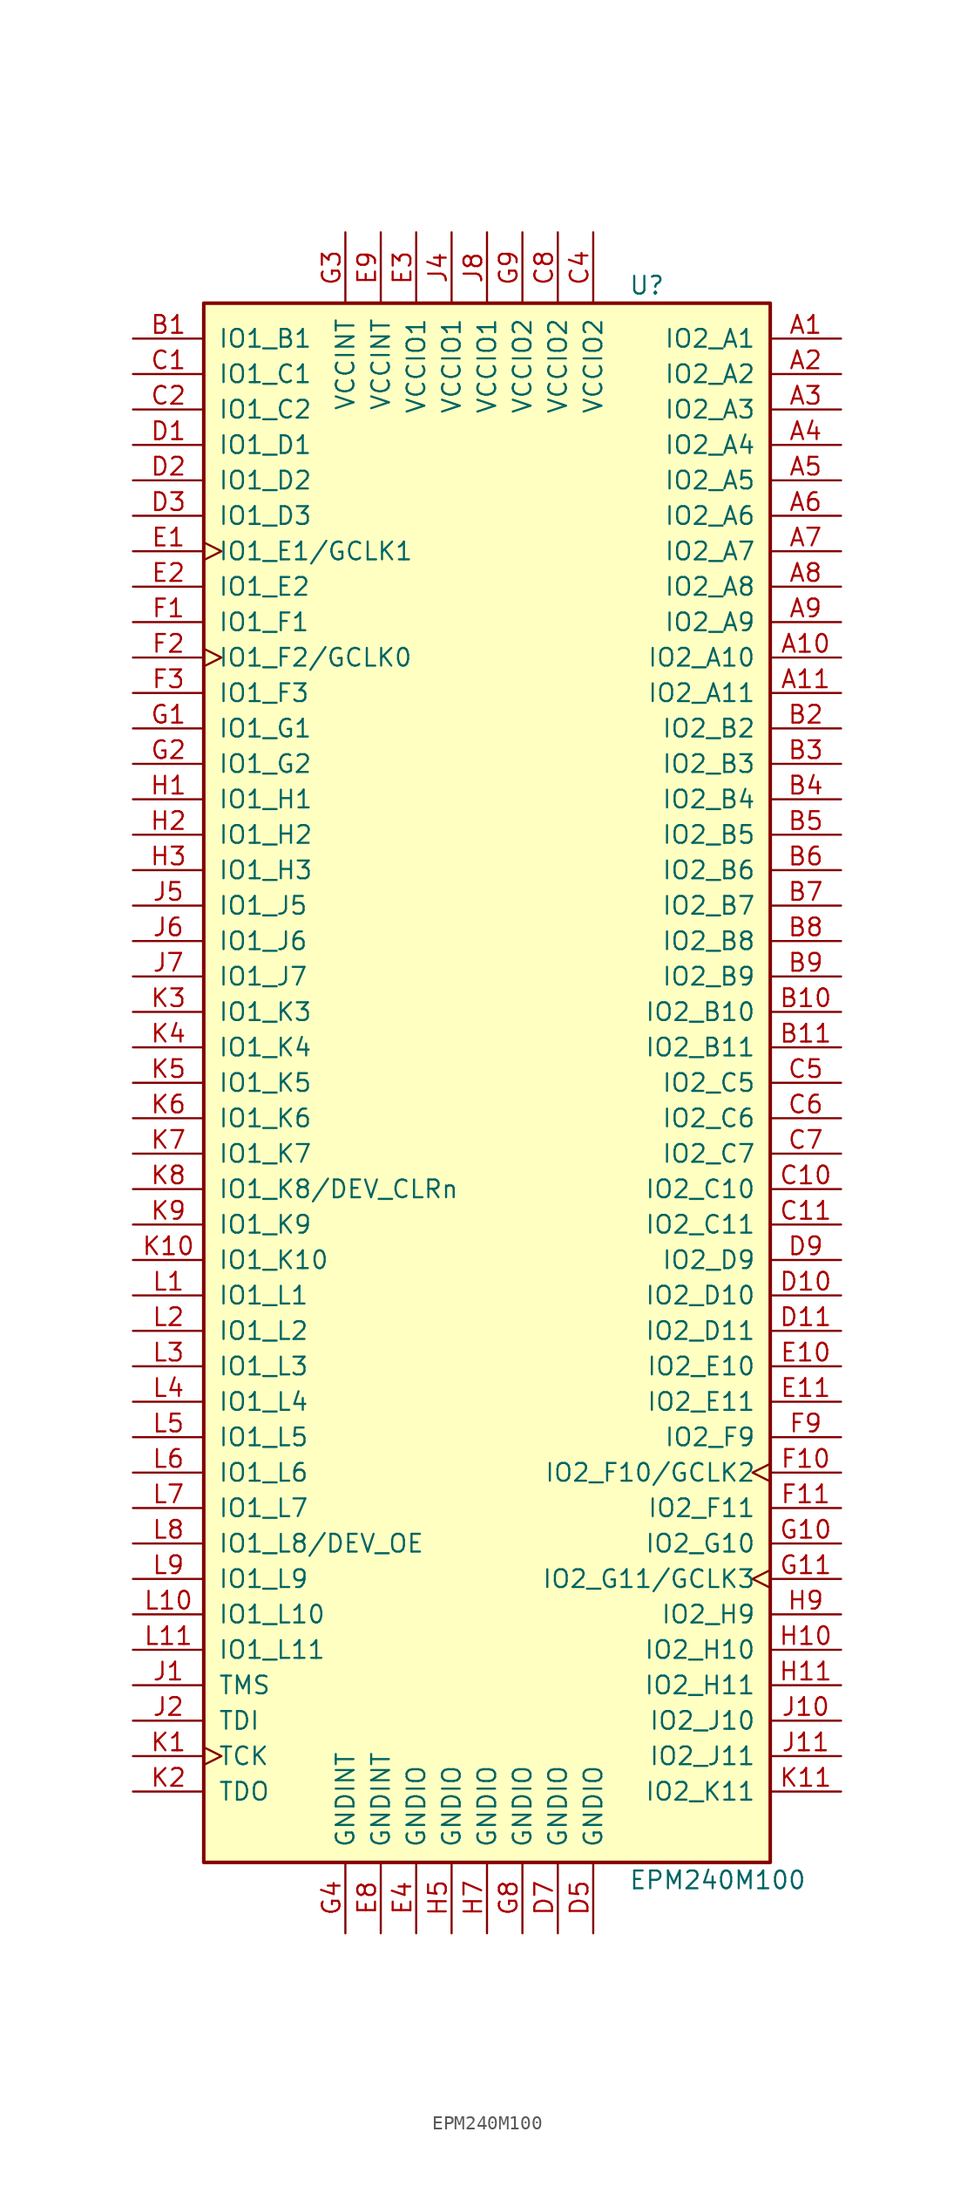
<source format=kicad_sym>
(kicad_symbol_lib
  (version 20231120)
  (generator "kicad_symbol_editor")
  (generator_version "8.0")
  (symbol "EPM240M100"
    (pin_names
      (offset 1.016))
    (property "Reference" "U"
      (at 10.16 57.15 0)
      (effects (font (size 1.27 1.27)) (justify left)))
    (property "Value" "EPM240M100"
      (at 10.16 -57.15 0)
      (effects (font (size 1.27 1.27)) (justify left)))
    (property "ki_locked" ""
      (at 0 0 0)
      (effects (font (size 1.27 1.27))))
    (symbol "EPM240M100_1_1"
      (rectangle (start -20.32 55.88) (end 20.32 -55.88) (stroke (width 0.254) (type default)) (fill (type background)))
      (pin bidirectional line (at 25.4 53.34 180) (length 5.08) (name "IO2_A1" (effects (font (size 1.27 1.27)))) (number "A1" (effects (font (size 1.27 1.27)))))
      (pin bidirectional line (at 25.4 30.48 180) (length 5.08) (name "IO2_A10" (effects (font (size 1.27 1.27)))) (number "A10" (effects (font (size 1.27 1.27)))))
      (pin bidirectional line (at 25.4 27.94 180) (length 5.08) (name "IO2_A11" (effects (font (size 1.27 1.27)))) (number "A11" (effects (font (size 1.27 1.27)))))
      (pin bidirectional line (at 25.4 50.8 180) (length 5.08) (name "IO2_A2" (effects (font (size 1.27 1.27)))) (number "A2" (effects (font (size 1.27 1.27)))))
      (pin bidirectional line (at 25.4 48.26 180) (length 5.08) (name "IO2_A3" (effects (font (size 1.27 1.27)))) (number "A3" (effects (font (size 1.27 1.27)))))
      (pin bidirectional line (at 25.4 45.72 180) (length 5.08) (name "IO2_A4" (effects (font (size 1.27 1.27)))) (number "A4" (effects (font (size 1.27 1.27)))))
      (pin bidirectional line (at 25.4 43.18 180) (length 5.08) (name "IO2_A5" (effects (font (size 1.27 1.27)))) (number "A5" (effects (font (size 1.27 1.27)))))
      (pin bidirectional line (at 25.4 40.64 180) (length 5.08) (name "IO2_A6" (effects (font (size 1.27 1.27)))) (number "A6" (effects (font (size 1.27 1.27)))))
      (pin bidirectional line (at 25.4 38.1 180) (length 5.08) (name "IO2_A7" (effects (font (size 1.27 1.27)))) (number "A7" (effects (font (size 1.27 1.27)))))
      (pin bidirectional line (at 25.4 35.56 180) (length 5.08) (name "IO2_A8" (effects (font (size 1.27 1.27)))) (number "A8" (effects (font (size 1.27 1.27)))))
      (pin bidirectional line (at 25.4 33.02 180) (length 5.08) (name "IO2_A9" (effects (font (size 1.27 1.27)))) (number "A9" (effects (font (size 1.27 1.27)))))
      (pin bidirectional line (at -25.4 53.34 0) (length 5.08) (name "IO1_B1" (effects (font (size 1.27 1.27)))) (number "B1" (effects (font (size 1.27 1.27)))))
      (pin bidirectional line (at 25.4 5.08 180) (length 5.08) (name "IO2_B10" (effects (font (size 1.27 1.27)))) (number "B10" (effects (font (size 1.27 1.27)))))
      (pin bidirectional line (at 25.4 2.54 180) (length 5.08) (name "IO2_B11" (effects (font (size 1.27 1.27)))) (number "B11" (effects (font (size 1.27 1.27)))))
      (pin bidirectional line (at 25.4 25.4 180) (length 5.08) (name "IO2_B2" (effects (font (size 1.27 1.27)))) (number "B2" (effects (font (size 1.27 1.27)))))
      (pin bidirectional line (at 25.4 22.86 180) (length 5.08) (name "IO2_B3" (effects (font (size 1.27 1.27)))) (number "B3" (effects (font (size 1.27 1.27)))))
      (pin bidirectional line (at 25.4 20.32 180) (length 5.08) (name "IO2_B4" (effects (font (size 1.27 1.27)))) (number "B4" (effects (font (size 1.27 1.27)))))
      (pin bidirectional line (at 25.4 17.78 180) (length 5.08) (name "IO2_B5" (effects (font (size 1.27 1.27)))) (number "B5" (effects (font (size 1.27 1.27)))))
      (pin bidirectional line (at 25.4 15.24 180) (length 5.08) (name "IO2_B6" (effects (font (size 1.27 1.27)))) (number "B6" (effects (font (size 1.27 1.27)))))
      (pin bidirectional line (at 25.4 12.7 180) (length 5.08) (name "IO2_B7" (effects (font (size 1.27 1.27)))) (number "B7" (effects (font (size 1.27 1.27)))))
      (pin bidirectional line (at 25.4 10.16 180) (length 5.08) (name "IO2_B8" (effects (font (size 1.27 1.27)))) (number "B8" (effects (font (size 1.27 1.27)))))
      (pin bidirectional line (at 25.4 7.62 180) (length 5.08) (name "IO2_B9" (effects (font (size 1.27 1.27)))) (number "B9" (effects (font (size 1.27 1.27)))))
      (pin bidirectional line (at -25.4 50.8 0) (length 5.08) (name "IO1_C1" (effects (font (size 1.27 1.27)))) (number "C1" (effects (font (size 1.27 1.27)))))
      (pin bidirectional line (at 25.4 -7.62 180) (length 5.08) (name "IO2_C10" (effects (font (size 1.27 1.27)))) (number "C10" (effects (font (size 1.27 1.27)))))
      (pin bidirectional line (at 25.4 -10.16 180) (length 5.08) (name "IO2_C11" (effects (font (size 1.27 1.27)))) (number "C11" (effects (font (size 1.27 1.27)))))
      (pin bidirectional line (at -25.4 48.26 0) (length 5.08) (name "IO1_C2" (effects (font (size 1.27 1.27)))) (number "C2" (effects (font (size 1.27 1.27)))))
      (pin power_in line (at 7.62 60.96 270) (length 5.08) (name "VCCIO2" (effects (font (size 1.27 1.27)))) (number "C4" (effects (font (size 1.27 1.27)))))
      (pin bidirectional line (at 25.4 0 180) (length 5.08) (name "IO2_C5" (effects (font (size 1.27 1.27)))) (number "C5" (effects (font (size 1.27 1.27)))))
      (pin bidirectional line (at 25.4 -2.54 180) (length 5.08) (name "IO2_C6" (effects (font (size 1.27 1.27)))) (number "C6" (effects (font (size 1.27 1.27)))))
      (pin bidirectional line (at 25.4 -5.08 180) (length 5.08) (name "IO2_C7" (effects (font (size 1.27 1.27)))) (number "C7" (effects (font (size 1.27 1.27)))))
      (pin power_in line (at 5.08 60.96 270) (length 5.08) (name "VCCIO2" (effects (font (size 1.27 1.27)))) (number "C8" (effects (font (size 1.27 1.27)))))
      (pin bidirectional line (at -25.4 45.72 0) (length 5.08) (name "IO1_D1" (effects (font (size 1.27 1.27)))) (number "D1" (effects (font (size 1.27 1.27)))))
      (pin bidirectional line (at 25.4 -15.24 180) (length 5.08) (name "IO2_D10" (effects (font (size 1.27 1.27)))) (number "D10" (effects (font (size 1.27 1.27)))))
      (pin bidirectional line (at 25.4 -17.78 180) (length 5.08) (name "IO2_D11" (effects (font (size 1.27 1.27)))) (number "D11" (effects (font (size 1.27 1.27)))))
      (pin bidirectional line (at -25.4 43.18 0) (length 5.08) (name "IO1_D2" (effects (font (size 1.27 1.27)))) (number "D2" (effects (font (size 1.27 1.27)))))
      (pin bidirectional line (at -25.4 40.64 0) (length 5.08) (name "IO1_D3" (effects (font (size 1.27 1.27)))) (number "D3" (effects (font (size 1.27 1.27)))))
      (pin power_in line (at 7.62 -60.96 90) (length 5.08) (name "GNDIO" (effects (font (size 1.27 1.27)))) (number "D5" (effects (font (size 1.27 1.27)))))
      (pin power_in line (at 5.08 -60.96 90) (length 5.08) (name "GNDIO" (effects (font (size 1.27 1.27)))) (number "D7" (effects (font (size 1.27 1.27)))))
      (pin bidirectional line (at 25.4 -12.7 180) (length 5.08) (name "IO2_D9" (effects (font (size 1.27 1.27)))) (number "D9" (effects (font (size 1.27 1.27)))))
      (pin bidirectional clock (at -25.4 38.1 0) (length 5.08) (name "IO1_E1/GCLK1" (effects (font (size 1.27 1.27)))) (number "E1" (effects (font (size 1.27 1.27)))))
      (pin bidirectional line (at 25.4 -20.32 180) (length 5.08) (name "IO2_E10" (effects (font (size 1.27 1.27)))) (number "E10" (effects (font (size 1.27 1.27)))))
      (pin bidirectional line (at 25.4 -22.86 180) (length 5.08) (name "IO2_E11" (effects (font (size 1.27 1.27)))) (number "E11" (effects (font (size 1.27 1.27)))))
      (pin bidirectional line (at -25.4 35.56 0) (length 5.08) (name "IO1_E2" (effects (font (size 1.27 1.27)))) (number "E2" (effects (font (size 1.27 1.27)))))
      (pin power_in line (at -5.08 60.96 270) (length 5.08) (name "VCCIO1" (effects (font (size 1.27 1.27)))) (number "E3" (effects (font (size 1.27 1.27)))))
      (pin power_in line (at -5.08 -60.96 90) (length 5.08) (name "GNDIO" (effects (font (size 1.27 1.27)))) (number "E4" (effects (font (size 1.27 1.27)))))
      (pin power_in line (at -7.62 -60.96 90) (length 5.08) (name "GNDINT" (effects (font (size 1.27 1.27)))) (number "E8" (effects (font (size 1.27 1.27)))))
      (pin power_in line (at -7.62 60.96 270) (length 5.08) (name "VCCINT" (effects (font (size 1.27 1.27)))) (number "E9" (effects (font (size 1.27 1.27)))))
      (pin bidirectional line (at -25.4 33.02 0) (length 5.08) (name "IO1_F1" (effects (font (size 1.27 1.27)))) (number "F1" (effects (font (size 1.27 1.27)))))
      (pin bidirectional clock (at 25.4 -27.94 180) (length 5.08) (name "IO2_F10/GCLK2" (effects (font (size 1.27 1.27)))) (number "F10" (effects (font (size 1.27 1.27)))))
      (pin bidirectional line (at 25.4 -30.48 180) (length 5.08) (name "IO2_F11" (effects (font (size 1.27 1.27)))) (number "F11" (effects (font (size 1.27 1.27)))))
      (pin bidirectional clock (at -25.4 30.48 0) (length 5.08) (name "IO1_F2/GCLK0" (effects (font (size 1.27 1.27)))) (number "F2" (effects (font (size 1.27 1.27)))))
      (pin bidirectional line (at -25.4 27.94 0) (length 5.08) (name "IO1_F3" (effects (font (size 1.27 1.27)))) (number "F3" (effects (font (size 1.27 1.27)))))
      (pin bidirectional line (at 25.4 -25.4 180) (length 5.08) (name "IO2_F9" (effects (font (size 1.27 1.27)))) (number "F9" (effects (font (size 1.27 1.27)))))
      (pin bidirectional line (at -25.4 25.4 0) (length 5.08) (name "IO1_G1" (effects (font (size 1.27 1.27)))) (number "G1" (effects (font (size 1.27 1.27)))))
      (pin bidirectional line (at 25.4 -33.02 180) (length 5.08) (name "IO2_G10" (effects (font (size 1.27 1.27)))) (number "G10" (effects (font (size 1.27 1.27)))))
      (pin bidirectional clock (at 25.4 -35.56 180) (length 5.08) (name "IO2_G11/GCLK3" (effects (font (size 1.27 1.27)))) (number "G11" (effects (font (size 1.27 1.27)))))
      (pin bidirectional line (at -25.4 22.86 0) (length 5.08) (name "IO1_G2" (effects (font (size 1.27 1.27)))) (number "G2" (effects (font (size 1.27 1.27)))))
      (pin power_in line (at -10.16 60.96 270) (length 5.08) (name "VCCINT" (effects (font (size 1.27 1.27)))) (number "G3" (effects (font (size 1.27 1.27)))))
      (pin power_in line (at -10.16 -60.96 90) (length 5.08) (name "GNDINT" (effects (font (size 1.27 1.27)))) (number "G4" (effects (font (size 1.27 1.27)))))
      (pin power_in line (at 2.54 -60.96 90) (length 5.08) (name "GNDIO" (effects (font (size 1.27 1.27)))) (number "G8" (effects (font (size 1.27 1.27)))))
      (pin power_in line (at 2.54 60.96 270) (length 5.08) (name "VCCIO2" (effects (font (size 1.27 1.27)))) (number "G9" (effects (font (size 1.27 1.27)))))
      (pin bidirectional line (at -25.4 20.32 0) (length 5.08) (name "IO1_H1" (effects (font (size 1.27 1.27)))) (number "H1" (effects (font (size 1.27 1.27)))))
      (pin bidirectional line (at 25.4 -40.64 180) (length 5.08) (name "IO2_H10" (effects (font (size 1.27 1.27)))) (number "H10" (effects (font (size 1.27 1.27)))))
      (pin bidirectional line (at 25.4 -43.18 180) (length 5.08) (name "IO2_H11" (effects (font (size 1.27 1.27)))) (number "H11" (effects (font (size 1.27 1.27)))))
      (pin bidirectional line (at -25.4 17.78 0) (length 5.08) (name "IO1_H2" (effects (font (size 1.27 1.27)))) (number "H2" (effects (font (size 1.27 1.27)))))
      (pin bidirectional line (at -25.4 15.24 0) (length 5.08) (name "IO1_H3" (effects (font (size 1.27 1.27)))) (number "H3" (effects (font (size 1.27 1.27)))))
      (pin power_in line (at -2.54 -60.96 90) (length 5.08) (name "GNDIO" (effects (font (size 1.27 1.27)))) (number "H5" (effects (font (size 1.27 1.27)))))
      (pin power_in line (at 0 -60.96 90) (length 5.08) (name "GNDIO" (effects (font (size 1.27 1.27)))) (number "H7" (effects (font (size 1.27 1.27)))))
      (pin bidirectional line (at 25.4 -38.1 180) (length 5.08) (name "IO2_H9" (effects (font (size 1.27 1.27)))) (number "H9" (effects (font (size 1.27 1.27)))))
      (pin input line (at -25.4 -43.18 0) (length 5.08) (name "TMS" (effects (font (size 1.27 1.27)))) (number "J1" (effects (font (size 1.27 1.27)))))
      (pin bidirectional line (at 25.4 -45.72 180) (length 5.08) (name "IO2_J10" (effects (font (size 1.27 1.27)))) (number "J10" (effects (font (size 1.27 1.27)))))
      (pin bidirectional line (at 25.4 -48.26 180) (length 5.08) (name "IO2_J11" (effects (font (size 1.27 1.27)))) (number "J11" (effects (font (size 1.27 1.27)))))
      (pin input line (at -25.4 -45.72 0) (length 5.08) (name "TDI" (effects (font (size 1.27 1.27)))) (number "J2" (effects (font (size 1.27 1.27)))))
      (pin power_in line (at -2.54 60.96 270) (length 5.08) (name "VCCIO1" (effects (font (size 1.27 1.27)))) (number "J4" (effects (font (size 1.27 1.27)))))
      (pin bidirectional line (at -25.4 12.7 0) (length 5.08) (name "IO1_J5" (effects (font (size 1.27 1.27)))) (number "J5" (effects (font (size 1.27 1.27)))))
      (pin bidirectional line (at -25.4 10.16 0) (length 5.08) (name "IO1_J6" (effects (font (size 1.27 1.27)))) (number "J6" (effects (font (size 1.27 1.27)))))
      (pin bidirectional line (at -25.4 7.62 0) (length 5.08) (name "IO1_J7" (effects (font (size 1.27 1.27)))) (number "J7" (effects (font (size 1.27 1.27)))))
      (pin power_in line (at 0 60.96 270) (length 5.08) (name "VCCIO1" (effects (font (size 1.27 1.27)))) (number "J8" (effects (font (size 1.27 1.27)))))
      (pin input clock (at -25.4 -48.26 0) (length 5.08) (name "TCK" (effects (font (size 1.27 1.27)))) (number "K1" (effects (font (size 1.27 1.27)))))
      (pin bidirectional line (at -25.4 -12.7 0) (length 5.08) (name "IO1_K10" (effects (font (size 1.27 1.27)))) (number "K10" (effects (font (size 1.27 1.27)))))
      (pin bidirectional line (at 25.4 -50.8 180) (length 5.08) (name "IO2_K11" (effects (font (size 1.27 1.27)))) (number "K11" (effects (font (size 1.27 1.27)))))
      (pin output line (at -25.4 -50.8 0) (length 5.08) (name "TDO" (effects (font (size 1.27 1.27)))) (number "K2" (effects (font (size 1.27 1.27)))))
      (pin bidirectional line (at -25.4 5.08 0) (length 5.08) (name "IO1_K3" (effects (font (size 1.27 1.27)))) (number "K3" (effects (font (size 1.27 1.27)))))
      (pin bidirectional line (at -25.4 2.54 0) (length 5.08) (name "IO1_K4" (effects (font (size 1.27 1.27)))) (number "K4" (effects (font (size 1.27 1.27)))))
      (pin bidirectional line (at -25.4 0 0) (length 5.08) (name "IO1_K5" (effects (font (size 1.27 1.27)))) (number "K5" (effects (font (size 1.27 1.27)))))
      (pin bidirectional line (at -25.4 -2.54 0) (length 5.08) (name "IO1_K6" (effects (font (size 1.27 1.27)))) (number "K6" (effects (font (size 1.27 1.27)))))
      (pin bidirectional line (at -25.4 -5.08 0) (length 5.08) (name "IO1_K7" (effects (font (size 1.27 1.27)))) (number "K7" (effects (font (size 1.27 1.27)))))
      (pin bidirectional line (at -25.4 -7.62 0) (length 5.08) (name "IO1_K8/DEV_CLRn" (effects (font (size 1.27 1.27)))) (number "K8" (effects (font (size 1.27 1.27)))))
      (pin bidirectional line (at -25.4 -10.16 0) (length 5.08) (name "IO1_K9" (effects (font (size 1.27 1.27)))) (number "K9" (effects (font (size 1.27 1.27)))))
      (pin bidirectional line (at -25.4 -15.24 0) (length 5.08) (name "IO1_L1" (effects (font (size 1.27 1.27)))) (number "L1" (effects (font (size 1.27 1.27)))))
      (pin bidirectional line (at -25.4 -38.1 0) (length 5.08) (name "IO1_L10" (effects (font (size 1.27 1.27)))) (number "L10" (effects (font (size 1.27 1.27)))))
      (pin bidirectional line (at -25.4 -40.64 0) (length 5.08) (name "IO1_L11" (effects (font (size 1.27 1.27)))) (number "L11" (effects (font (size 1.27 1.27)))))
      (pin bidirectional line (at -25.4 -17.78 0) (length 5.08) (name "IO1_L2" (effects (font (size 1.27 1.27)))) (number "L2" (effects (font (size 1.27 1.27)))))
      (pin bidirectional line (at -25.4 -20.32 0) (length 5.08) (name "IO1_L3" (effects (font (size 1.27 1.27)))) (number "L3" (effects (font (size 1.27 1.27)))))
      (pin bidirectional line (at -25.4 -22.86 0) (length 5.08) (name "IO1_L4" (effects (font (size 1.27 1.27)))) (number "L4" (effects (font (size 1.27 1.27)))))
      (pin bidirectional line (at -25.4 -25.4 0) (length 5.08) (name "IO1_L5" (effects (font (size 1.27 1.27)))) (number "L5" (effects (font (size 1.27 1.27)))))
      (pin bidirectional line (at -25.4 -27.94 0) (length 5.08) (name "IO1_L6" (effects (font (size 1.27 1.27)))) (number "L6" (effects (font (size 1.27 1.27)))))
      (pin bidirectional line (at -25.4 -30.48 0) (length 5.08) (name "IO1_L7" (effects (font (size 1.27 1.27)))) (number "L7" (effects (font (size 1.27 1.27)))))
      (pin bidirectional line (at -25.4 -33.02 0) (length 5.08) (name "IO1_L8/DEV_OE" (effects (font (size 1.27 1.27)))) (number "L8" (effects (font (size 1.27 1.27)))))
      (pin bidirectional line (at -25.4 -35.56 0) (length 5.08) (name "IO1_L9" (effects (font (size 1.27 1.27)))) (number "L9" (effects (font (size 1.27 1.27))))))))
</source>
